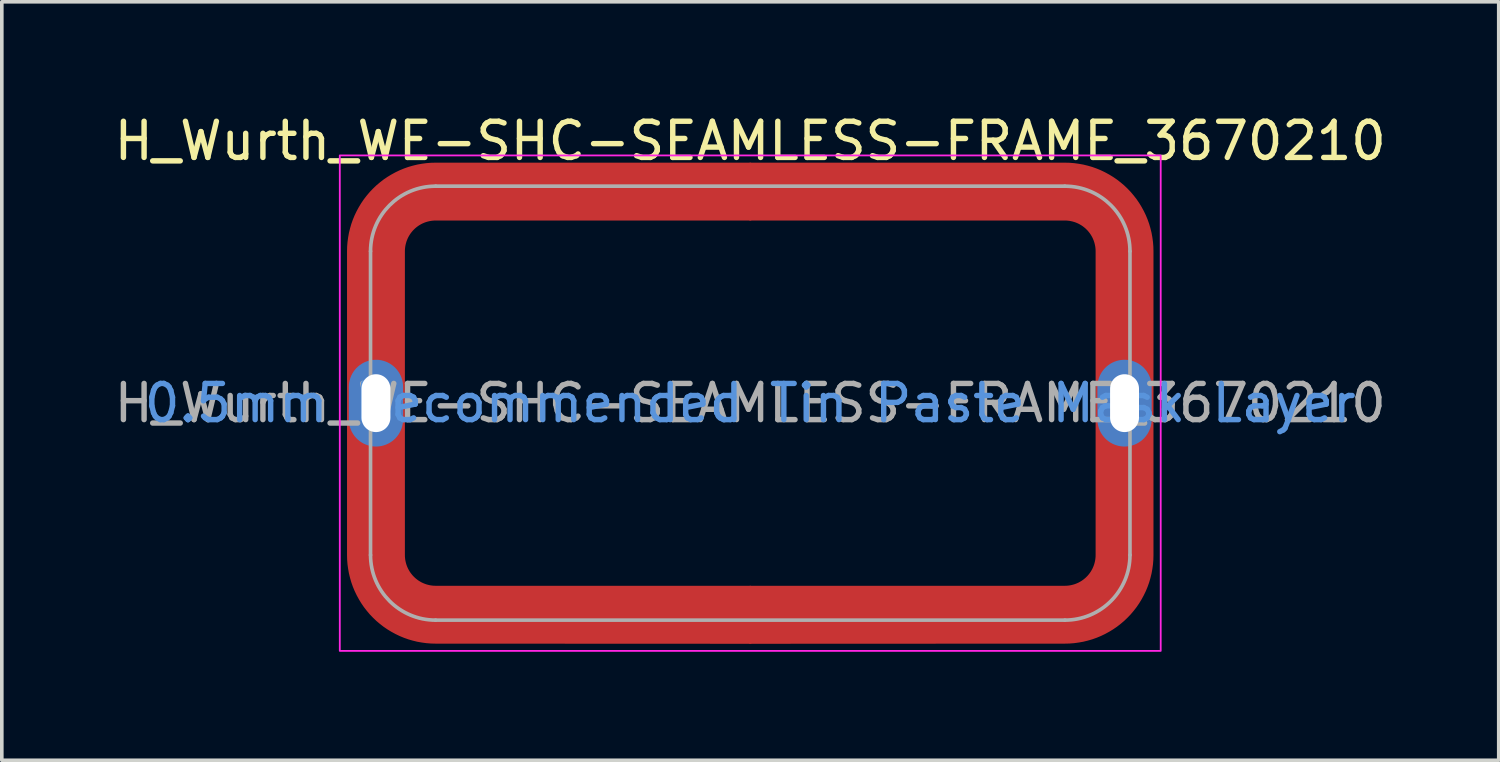
<source format=kicad_pcb>
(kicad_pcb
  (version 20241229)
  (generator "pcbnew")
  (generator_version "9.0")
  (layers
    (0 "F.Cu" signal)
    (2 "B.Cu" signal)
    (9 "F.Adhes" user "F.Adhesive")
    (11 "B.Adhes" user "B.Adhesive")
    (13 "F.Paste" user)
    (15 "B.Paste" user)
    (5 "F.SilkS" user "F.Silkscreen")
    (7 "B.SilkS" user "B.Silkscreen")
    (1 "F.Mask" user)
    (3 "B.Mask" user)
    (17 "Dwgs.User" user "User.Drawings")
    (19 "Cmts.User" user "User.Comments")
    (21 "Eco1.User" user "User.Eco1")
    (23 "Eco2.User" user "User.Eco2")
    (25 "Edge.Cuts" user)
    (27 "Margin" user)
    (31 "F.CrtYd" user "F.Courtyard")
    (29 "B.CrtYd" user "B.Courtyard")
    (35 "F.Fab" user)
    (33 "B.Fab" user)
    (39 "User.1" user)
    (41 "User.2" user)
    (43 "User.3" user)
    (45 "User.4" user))
  (footprint "H_Wurth_WE-SHC-SEAMLESS-FRAME_3670210"
    (layer "F.Cu")
    (at 17.696 8.098)
    (property "Reference" "H_Wurth_WE-SHC-SEAMLESS-FRAME_3670210" (at 0 -7.25 0) (unlocked yes) (layer "F.SilkS") (effects (font (size 1 1) (thickness 0.15))))
    (attr smd)
    (fp_poly (pts (xy 0 -5.1) (xy 0 -6.6) (xy 8.7 -6.6) (xy 8.826 -6.597) (xy 8.951 -6.587) (xy 9.075 -6.57) (xy 9.199 -6.548) (xy 9.321 -6.518) (xy 9.442 -6.483) (xy 9.56 -6.441) (xy 9.676 -6.393) (xy 9.79 -6.338) (xy 9.9 -6.278) (xy 10.007 -6.213) (xy 10.111 -6.142) (xy 10.21 -6.065) (xy 10.306 -5.984) (xy 10.397 -5.897) (xy 10.484 -5.806) (xy 10.565 -5.71) (xy 10.642 -5.611) (xy 10.713 -5.507) (xy 10.778 -5.4) (xy 10.838 -5.29) (xy 10.893 -5.176) (xy 10.941 -5.06) (xy 10.983 -4.942) (xy 11.018 -4.821) (xy 11.048 -4.699) (xy 11.07 -4.575) (xy 11.087 -4.451) (xy 11.097 -4.326) (xy 11.1 -4.2) (xy 11.1 4.2) (xy 11.097 4.326) (xy 11.087 4.451) (xy 11.07 4.575) (xy 11.048 4.699) (xy 11.018 4.821) (xy 10.983 4.942) (xy 10.941 5.06) (xy 10.893 5.176) (xy 10.838 5.29) (xy 10.778 5.4) (xy 10.713 5.507) (xy 10.642 5.611) (xy 10.565 5.71) (xy 10.484 5.806) (xy 10.397 5.897) (xy 10.306 5.984) (xy 10.21 6.065) (xy 10.111 6.142) (xy 10.007 6.213) (xy 9.9 6.278) (xy 9.79 6.338) (xy 9.676 6.393) (xy 9.56 6.441) (xy 9.442 6.483) (xy 9.321 6.518) (xy 9.199 6.548) (xy 9.075 6.57) (xy 8.951 6.587) (xy 8.826 6.597) (xy 8.7 6.6) (xy 0 6.604) (xy 0 5.1) (xy 8.7 5.1) (xy 8.747 5.099) (xy 8.794 5.095) (xy 8.841 5.089) (xy 8.887 5.08) (xy 8.933 5.069) (xy 8.978 5.056) (xy 9.023 5.04) (xy 9.066 5.022) (xy 9.109 5.002) (xy 9.15 4.979) (xy 9.19 4.955) (xy 9.229 4.928) (xy 9.266 4.899) (xy 9.302 4.869) (xy 9.336 4.836) (xy 9.369 4.802) (xy 9.399 4.766) (xy 9.428 4.729) (xy 9.455 4.69) (xy 9.479 4.65) (xy 9.502 4.609) (xy 9.522 4.566) (xy 9.54 4.523) (xy 9.556 4.478) (xy 9.569 4.433) (xy 9.58 4.387) (xy 9.589 4.341) (xy 9.595 4.294) (xy 9.599 4.247) (xy 9.6 4.2) (xy 9.6 -4.2) (xy 9.599 -4.247) (xy 9.595 -4.294) (xy 9.589 -4.341) (xy 9.58 -4.387) (xy 9.569 -4.433) (xy 9.556 -4.478) (xy 9.54 -4.523) (xy 9.522 -4.566) (xy 9.502 -4.609) (xy 9.479 -4.65) (xy 9.455 -4.69) (xy 9.428 -4.729) (xy 9.399 -4.766) (xy 9.369 -4.802) (xy 9.336 -4.836) (xy 9.302 -4.869) (xy 9.266 -4.899) (xy 9.229 -4.928) (xy 9.19 -4.955) (xy 9.15 -4.979) (xy 9.109 -5.002) (xy 9.066 -5.022) (xy 9.023 -5.04) (xy 8.978 -5.056) (xy 8.933 -5.069) (xy 8.887 -5.08) (xy 8.841 -5.089) (xy 8.794 -5.095) (xy 8.747 -5.099) (xy 8.7 -5.1) (xy 0.25 -5.1)) (stroke (width 0.1) (type solid)) (fill yes) (layer "F.Cu"))
    (fp_poly (pts (xy 0 5.1) (xy 0 6.604) (xy -8.7 6.6) (xy -8.826 6.597) (xy -8.951 6.587) (xy -9.075 6.57) (xy -9.199 6.548) (xy -9.321 6.518) (xy -9.442 6.483) (xy -9.56 6.441) (xy -9.676 6.393) (xy -9.79 6.338) (xy -9.9 6.278) (xy -10.007 6.213) (xy -10.111 6.142) (xy -10.21 6.065) (xy -10.306 5.984) (xy -10.397 5.897) (xy -10.484 5.806) (xy -10.565 5.71) (xy -10.642 5.611) (xy -10.713 5.507) (xy -10.778 5.4) (xy -10.838 5.29) (xy -10.893 5.176) (xy -10.941 5.06) (xy -10.983 4.942) (xy -11.018 4.821) (xy -11.048 4.699) (xy -11.07 4.575) (xy -11.087 4.451) (xy -11.097 4.326) (xy -11.1 4.2) (xy -11.1 -4.2) (xy -11.097 -4.326) (xy -11.087 -4.451) (xy -11.07 -4.575) (xy -11.048 -4.699) (xy -11.018 -4.821) (xy -10.983 -4.942) (xy -10.941 -5.06) (xy -10.893 -5.176) (xy -10.838 -5.29) (xy -10.778 -5.4) (xy -10.713 -5.507) (xy -10.642 -5.611) (xy -10.565 -5.71) (xy -10.484 -5.806) (xy -10.397 -5.897) (xy -10.306 -5.984) (xy -10.21 -6.065) (xy -10.111 -6.142) (xy -10.007 -6.213) (xy -9.9 -6.278) (xy -9.79 -6.338) (xy -9.676 -6.393) (xy -9.56 -6.441) (xy -9.442 -6.483) (xy -9.321 -6.518) (xy -9.199 -6.548) (xy -9.075 -6.57) (xy -8.951 -6.587) (xy -8.826 -6.597) (xy -8.7 -6.6) (xy 0 -6.6) (xy 0 -5.1) (xy -8.7 -5.1) (xy -8.747 -5.099) (xy -8.794 -5.095) (xy -8.841 -5.089) (xy -8.887 -5.08) (xy -8.933 -5.069) (xy -8.978 -5.056) (xy -9.023 -5.04) (xy -9.066 -5.022) (xy -9.109 -5.002) (xy -9.15 -4.979) (xy -9.19 -4.955) (xy -9.229 -4.928) (xy -9.266 -4.899) (xy -9.302 -4.869) (xy -9.336 -4.836) (xy -9.369 -4.802) (xy -9.399 -4.766) (xy -9.428 -4.729) (xy -9.455 -4.69) (xy -9.479 -4.65) (xy -9.502 -4.609) (xy -9.522 -4.566) (xy -9.54 -4.523) (xy -9.556 -4.478) (xy -9.569 -4.433) (xy -9.58 -4.387) (xy -9.589 -4.341) (xy -9.595 -4.294) (xy -9.599 -4.247) (xy -9.6 -4.2) (xy -9.6 4.2) (xy -9.599 4.247) (xy -9.595 4.294) (xy -9.589 4.341) (xy -9.58 4.387) (xy -9.569 4.433) (xy -9.556 4.478) (xy -9.54 4.523) (xy -9.522 4.566) (xy -9.502 4.609) (xy -9.479 4.65) (xy -9.455 4.69) (xy -9.428 4.729) (xy -9.399 4.766) (xy -9.369 4.802) (xy -9.336 4.836) (xy -9.302 4.869) (xy -9.266 4.899) (xy -9.229 4.928) (xy -9.19 4.955) (xy -9.15 4.979) (xy -9.109 5.002) (xy -9.066 5.022) (xy -9.023 5.04) (xy -8.978 5.056) (xy -8.933 5.069) (xy -8.887 5.08) (xy -8.841 5.089) (xy -8.794 5.095) (xy -8.747 5.099) (xy -8.7 5.1) (xy -0.25 5.1)) (stroke (width 0.1) (type solid)) (fill yes) (layer "F.Cu"))
    (fp_poly (pts (xy 0 -5.1) (xy 0 -6.6) (xy 8.7 -6.6) (xy 8.826 -6.597) (xy 8.951 -6.587) (xy 9.075 -6.57) (xy 9.199 -6.548) (xy 9.321 -6.518) (xy 9.442 -6.483) (xy 9.56 -6.441) (xy 9.676 -6.393) (xy 9.79 -6.338) (xy 9.9 -6.278) (xy 10.007 -6.213) (xy 10.111 -6.142) (xy 10.21 -6.065) (xy 10.306 -5.984) (xy 10.397 -5.897) (xy 10.484 -5.806) (xy 10.565 -5.71) (xy 10.642 -5.611) (xy 10.713 -5.507) (xy 10.778 -5.4) (xy 10.838 -5.29) (xy 10.893 -5.176) (xy 10.941 -5.06) (xy 10.983 -4.942) (xy 11.018 -4.821) (xy 11.048 -4.699) (xy 11.07 -4.575) (xy 11.087 -4.451) (xy 11.097 -4.326) (xy 11.1 -4.2) (xy 11.1 4.2) (xy 11.097 4.326) (xy 11.087 4.451) (xy 11.07 4.575) (xy 11.048 4.699) (xy 11.018 4.821) (xy 10.983 4.942) (xy 10.941 5.06) (xy 10.893 5.176) (xy 10.838 5.29) (xy 10.778 5.4) (xy 10.713 5.507) (xy 10.642 5.611) (xy 10.565 5.71) (xy 10.484 5.806) (xy 10.397 5.897) (xy 10.306 5.984) (xy 10.21 6.065) (xy 10.111 6.142) (xy 10.007 6.213) (xy 9.9 6.278) (xy 9.79 6.338) (xy 9.676 6.393) (xy 9.56 6.441) (xy 9.442 6.483) (xy 9.321 6.518) (xy 9.199 6.548) (xy 9.075 6.57) (xy 8.951 6.587) (xy 8.826 6.597) (xy 8.7 6.6) (xy 0 6.604) (xy 0 5.1) (xy 8.7 5.1) (xy 8.747 5.099) (xy 8.794 5.095) (xy 8.841 5.089) (xy 8.887 5.08) (xy 8.933 5.069) (xy 8.978 5.056) (xy 9.023 5.04) (xy 9.066 5.022) (xy 9.109 5.002) (xy 9.15 4.979) (xy 9.19 4.955) (xy 9.229 4.928) (xy 9.266 4.899) (xy 9.302 4.869) (xy 9.336 4.836) (xy 9.369 4.802) (xy 9.399 4.766) (xy 9.428 4.729) (xy 9.455 4.69) (xy 9.479 4.65) (xy 9.502 4.609) (xy 9.522 4.566) (xy 9.54 4.523) (xy 9.556 4.478) (xy 9.569 4.433) (xy 9.58 4.387) (xy 9.589 4.341) (xy 9.595 4.294) (xy 9.599 4.247) (xy 9.6 4.2) (xy 9.6 -4.2) (xy 9.599 -4.247) (xy 9.595 -4.294) (xy 9.589 -4.341) (xy 9.58 -4.387) (xy 9.569 -4.433) (xy 9.556 -4.478) (xy 9.54 -4.523) (xy 9.522 -4.566) (xy 9.502 -4.609) (xy 9.479 -4.65) (xy 9.455 -4.69) (xy 9.428 -4.729) (xy 9.399 -4.766) (xy 9.369 -4.802) (xy 9.336 -4.836) (xy 9.302 -4.869) (xy 9.266 -4.899) (xy 9.229 -4.928) (xy 9.19 -4.955) (xy 9.15 -4.979) (xy 9.109 -5.002) (xy 9.066 -5.022) (xy 9.023 -5.04) (xy 8.978 -5.056) (xy 8.933 -5.069) (xy 8.887 -5.08) (xy 8.841 -5.089) (xy 8.794 -5.095) (xy 8.747 -5.099) (xy 8.7 -5.1) (xy 0.25 -5.1)) (stroke (width 0.1) (type solid)) (fill yes) (layer "F.Mask"))
    (fp_poly (pts (xy 0 5.1) (xy 0 6.604) (xy -8.7 6.6) (xy -8.826 6.597) (xy -8.951 6.587) (xy -9.075 6.57) (xy -9.199 6.548) (xy -9.321 6.518) (xy -9.442 6.483) (xy -9.56 6.441) (xy -9.676 6.393) (xy -9.79 6.338) (xy -9.9 6.278) (xy -10.007 6.213) (xy -10.111 6.142) (xy -10.21 6.065) (xy -10.306 5.984) (xy -10.397 5.897) (xy -10.484 5.806) (xy -10.565 5.71) (xy -10.642 5.611) (xy -10.713 5.507) (xy -10.778 5.4) (xy -10.838 5.29) (xy -10.893 5.176) (xy -10.941 5.06) (xy -10.983 4.942) (xy -11.018 4.821) (xy -11.048 4.699) (xy -11.07 4.575) (xy -11.087 4.451) (xy -11.097 4.326) (xy -11.1 4.2) (xy -11.1 -4.2) (xy -11.097 -4.326) (xy -11.087 -4.451) (xy -11.07 -4.575) (xy -11.048 -4.699) (xy -11.018 -4.821) (xy -10.983 -4.942) (xy -10.941 -5.06) (xy -10.893 -5.176) (xy -10.838 -5.29) (xy -10.778 -5.4) (xy -10.713 -5.507) (xy -10.642 -5.611) (xy -10.565 -5.71) (xy -10.484 -5.806) (xy -10.397 -5.897) (xy -10.306 -5.984) (xy -10.21 -6.065) (xy -10.111 -6.142) (xy -10.007 -6.213) (xy -9.9 -6.278) (xy -9.79 -6.338) (xy -9.676 -6.393) (xy -9.56 -6.441) (xy -9.442 -6.483) (xy -9.321 -6.518) (xy -9.199 -6.548) (xy -9.075 -6.57) (xy -8.951 -6.587) (xy -8.826 -6.597) (xy -8.7 -6.6) (xy 0 -6.6) (xy 0 -5.1) (xy -8.7 -5.1) (xy -8.747 -5.099) (xy -8.794 -5.095) (xy -8.841 -5.089) (xy -8.887 -5.08) (xy -8.933 -5.069) (xy -8.978 -5.056) (xy -9.023 -5.04) (xy -9.066 -5.022) (xy -9.109 -5.002) (xy -9.15 -4.979) (xy -9.19 -4.955) (xy -9.229 -4.928) (xy -9.266 -4.899) (xy -9.302 -4.869) (xy -9.336 -4.836) (xy -9.369 -4.802) (xy -9.399 -4.766) (xy -9.428 -4.729) (xy -9.455 -4.69) (xy -9.479 -4.65) (xy -9.502 -4.609) (xy -9.522 -4.566) (xy -9.54 -4.523) (xy -9.556 -4.478) (xy -9.569 -4.433) (xy -9.58 -4.387) (xy -9.589 -4.341) (xy -9.595 -4.294) (xy -9.599 -4.247) (xy -9.6 -4.2) (xy -9.6 4.2) (xy -9.599 4.247) (xy -9.595 4.294) (xy -9.589 4.341) (xy -9.58 4.387) (xy -9.569 4.433) (xy -9.556 4.478) (xy -9.54 4.523) (xy -9.522 4.566) (xy -9.502 4.609) (xy -9.479 4.65) (xy -9.455 4.69) (xy -9.428 4.729) (xy -9.399 4.766) (xy -9.369 4.802) (xy -9.336 4.836) (xy -9.302 4.869) (xy -9.266 4.899) (xy -9.229 4.928) (xy -9.19 4.955) (xy -9.15 4.979) (xy -9.109 5.002) (xy -9.066 5.022) (xy -9.023 5.04) (xy -8.978 5.056) (xy -8.933 5.069) (xy -8.887 5.08) (xy -8.841 5.089) (xy -8.794 5.095) (xy -8.747 5.099) (xy -8.7 5.1) (xy -0.25 5.1)) (stroke (width 0.1) (type solid)) (fill yes) (layer "F.Mask"))
    (fp_poly (pts (xy 0 -5.1) (xy 0 -6.6) (xy 8.7 -6.6) (xy 8.826 -6.597) (xy 8.951 -6.587) (xy 9.075 -6.57) (xy 9.199 -6.548) (xy 9.321 -6.518) (xy 9.442 -6.483) (xy 9.56 -6.441) (xy 9.676 -6.393) (xy 9.79 -6.338) (xy 9.9 -6.278) (xy 10.007 -6.213) (xy 10.111 -6.142) (xy 10.21 -6.065) (xy 10.306 -5.984) (xy 10.397 -5.897) (xy 10.484 -5.806) (xy 10.565 -5.71) (xy 10.642 -5.611) (xy 10.713 -5.507) (xy 10.778 -5.4) (xy 10.838 -5.29) (xy 10.893 -5.176) (xy 10.941 -5.06) (xy 10.983 -4.942) (xy 11.018 -4.821) (xy 11.048 -4.699) (xy 11.07 -4.575) (xy 11.087 -4.451) (xy 11.097 -4.326) (xy 11.1 -4.2) (xy 11.1 4.2) (xy 11.097 4.326) (xy 11.087 4.451) (xy 11.07 4.575) (xy 11.048 4.699) (xy 11.018 4.821) (xy 10.983 4.942) (xy 10.941 5.06) (xy 10.893 5.176) (xy 10.838 5.29) (xy 10.778 5.4) (xy 10.713 5.507) (xy 10.642 5.611) (xy 10.565 5.71) (xy 10.484 5.806) (xy 10.397 5.897) (xy 10.306 5.984) (xy 10.21 6.065) (xy 10.111 6.142) (xy 10.007 6.213) (xy 9.9 6.278) (xy 9.79 6.338) (xy 9.676 6.393) (xy 9.56 6.441) (xy 9.442 6.483) (xy 9.321 6.518) (xy 9.199 6.548) (xy 9.075 6.57) (xy 8.951 6.587) (xy 8.826 6.597) (xy 8.7 6.6) (xy 0 6.604) (xy 0 5.1) (xy 8.7 5.1) (xy 8.747 5.099) (xy 8.794 5.095) (xy 8.841 5.089) (xy 8.887 5.08) (xy 8.933 5.069) (xy 8.978 5.056) (xy 9.023 5.04) (xy 9.066 5.022) (xy 9.109 5.002) (xy 9.15 4.979) (xy 9.19 4.955) (xy 9.229 4.928) (xy 9.266 4.899) (xy 9.302 4.869) (xy 9.336 4.836) (xy 9.369 4.802) (xy 9.399 4.766) (xy 9.428 4.729) (xy 9.455 4.69) (xy 9.479 4.65) (xy 9.502 4.609) (xy 9.522 4.566) (xy 9.54 4.523) (xy 9.556 4.478) (xy 9.569 4.433) (xy 9.58 4.387) (xy 9.589 4.341) (xy 9.595 4.294) (xy 9.599 4.247) (xy 9.6 4.2) (xy 9.6 -4.2) (xy 9.599 -4.247) (xy 9.595 -4.294) (xy 9.589 -4.341) (xy 9.58 -4.387) (xy 9.569 -4.433) (xy 9.556 -4.478) (xy 9.54 -4.523) (xy 9.522 -4.566) (xy 9.502 -4.609) (xy 9.479 -4.65) (xy 9.455 -4.69) (xy 9.428 -4.729) (xy 9.399 -4.766) (xy 9.369 -4.802) (xy 9.336 -4.836) (xy 9.302 -4.869) (xy 9.266 -4.899) (xy 9.229 -4.928) (xy 9.19 -4.955) (xy 9.15 -4.979) (xy 9.109 -5.002) (xy 9.066 -5.022) (xy 9.023 -5.04) (xy 8.978 -5.056) (xy 8.933 -5.069) (xy 8.887 -5.08) (xy 8.841 -5.089) (xy 8.794 -5.095) (xy 8.747 -5.099) (xy 8.7 -5.1) (xy 0.25 -5.1)) (stroke (width 0.1) (type solid)) (fill yes) (layer "F.Paste"))
    (fp_poly (pts (xy 0 5.1) (xy 0 6.604) (xy -8.7 6.6) (xy -8.826 6.597) (xy -8.951 6.587) (xy -9.075 6.57) (xy -9.199 6.548) (xy -9.321 6.518) (xy -9.442 6.483) (xy -9.56 6.441) (xy -9.676 6.393) (xy -9.79 6.338) (xy -9.9 6.278) (xy -10.007 6.213) (xy -10.111 6.142) (xy -10.21 6.065) (xy -10.306 5.984) (xy -10.397 5.897) (xy -10.484 5.806) (xy -10.565 5.71) (xy -10.642 5.611) (xy -10.713 5.507) (xy -10.778 5.4) (xy -10.838 5.29) (xy -10.893 5.176) (xy -10.941 5.06) (xy -10.983 4.942) (xy -11.018 4.821) (xy -11.048 4.699) (xy -11.07 4.575) (xy -11.087 4.451) (xy -11.097 4.326) (xy -11.1 4.2) (xy -11.1 -4.2) (xy -11.097 -4.326) (xy -11.087 -4.451) (xy -11.07 -4.575) (xy -11.048 -4.699) (xy -11.018 -4.821) (xy -10.983 -4.942) (xy -10.941 -5.06) (xy -10.893 -5.176) (xy -10.838 -5.29) (xy -10.778 -5.4) (xy -10.713 -5.507) (xy -10.642 -5.611) (xy -10.565 -5.71) (xy -10.484 -5.806) (xy -10.397 -5.897) (xy -10.306 -5.984) (xy -10.21 -6.065) (xy -10.111 -6.142) (xy -10.007 -6.213) (xy -9.9 -6.278) (xy -9.79 -6.338) (xy -9.676 -6.393) (xy -9.56 -6.441) (xy -9.442 -6.483) (xy -9.321 -6.518) (xy -9.199 -6.548) (xy -9.075 -6.57) (xy -8.951 -6.587) (xy -8.826 -6.597) (xy -8.7 -6.6) (xy 0 -6.6) (xy 0 -5.1) (xy -8.7 -5.1) (xy -8.747 -5.099) (xy -8.794 -5.095) (xy -8.841 -5.089) (xy -8.887 -5.08) (xy -8.933 -5.069) (xy -8.978 -5.056) (xy -9.023 -5.04) (xy -9.066 -5.022) (xy -9.109 -5.002) (xy -9.15 -4.979) (xy -9.19 -4.955) (xy -9.229 -4.928) (xy -9.266 -4.899) (xy -9.302 -4.869) (xy -9.336 -4.836) (xy -9.369 -4.802) (xy -9.399 -4.766) (xy -9.428 -4.729) (xy -9.455 -4.69) (xy -9.479 -4.65) (xy -9.502 -4.609) (xy -9.522 -4.566) (xy -9.54 -4.523) (xy -9.556 -4.478) (xy -9.569 -4.433) (xy -9.58 -4.387) (xy -9.589 -4.341) (xy -9.595 -4.294) (xy -9.599 -4.247) (xy -9.6 -4.2) (xy -9.6 4.2) (xy -9.599 4.247) (xy -9.595 4.294) (xy -9.589 4.341) (xy -9.58 4.387) (xy -9.569 4.433) (xy -9.556 4.478) (xy -9.54 4.523) (xy -9.522 4.566) (xy -9.502 4.609) (xy -9.479 4.65) (xy -9.455 4.69) (xy -9.428 4.729) (xy -9.399 4.766) (xy -9.369 4.802) (xy -9.336 4.836) (xy -9.302 4.869) (xy -9.266 4.899) (xy -9.229 4.928) (xy -9.19 4.955) (xy -9.15 4.979) (xy -9.109 5.002) (xy -9.066 5.022) (xy -9.023 5.04) (xy -8.978 5.056) (xy -8.933 5.069) (xy -8.887 5.08) (xy -8.841 5.089) (xy -8.794 5.095) (xy -8.747 5.099) (xy -8.7 5.1) (xy -0.25 5.1)) (stroke (width 0.1) (type solid)) (fill yes) (layer "F.Paste"))
    (fp_rect (start -11.35 -6.85) (end 11.35 6.85) (stroke (width 0.05) (type solid)) (fill no) (layer "F.CrtYd"))
    (fp_line (start -10.5 4.2) (end -10.5 -4.2) (stroke (width 0.1) (type solid)) (layer "F.Fab"))
    (fp_line (start -8.7 -6) (end 8.7 -6) (stroke (width 0.1) (type solid)) (layer "F.Fab"))
    (fp_line (start -8.7 6) (end 8.7 6) (stroke (width 0.1) (type solid)) (layer "F.Fab"))
    (fp_line (start 10.5 4.2) (end 10.5 -4.2) (stroke (width 0.1) (type solid)) (layer "F.Fab"))
    (fp_arc (start -10.5 -4.2) (mid -9.972792 -5.472792) (end -8.7 -6) (stroke (width 0.1) (type solid)) (layer "F.Fab"))
    (fp_arc (start -8.7 6) (mid -9.972792 5.472792) (end -10.5 4.2) (stroke (width 0.1) (type solid)) (layer "F.Fab"))
    (fp_arc (start 8.7 -6) (mid 9.972792 -5.472792) (end 10.5 -4.2) (stroke (width 0.1) (type solid)) (layer "F.Fab"))
    (fp_arc (start 10.5 4.2) (mid 9.972792 5.472792) (end 8.7 6) (stroke (width 0.1) (type solid)) (layer "F.Fab"))
    (fp_text user "0.5mm Recommended Tin Paste Mask Layer" (at 0 0 0) (unlocked yes) (layer "Cmts.User") (effects (font (size 1 1) (thickness 0.15))))
    (fp_text user "${REFERENCE}" (at 0 0 0) (unlocked yes) (layer "F.Fab") (effects (font (size 1 1) (thickness 0.15))))
    (pad "1" thru_hole oval (at -10.35 0) (size 1.5 2.4) (drill oval 0.8 1.6) (layers "*.Cu" "*.Mask"))
    (pad "1" thru_hole oval (at 10.35 0) (size 1.5 2.4) (drill oval 0.8 1.6) (layers "*.Cu" "*.Mask")))
  (gr_rect
    (start -3 -3)
    (end 38.393 17.973)
    (stroke (width 0.1) (type default))
    (fill no)
    (layer "Edge.Cuts")))
</source>
